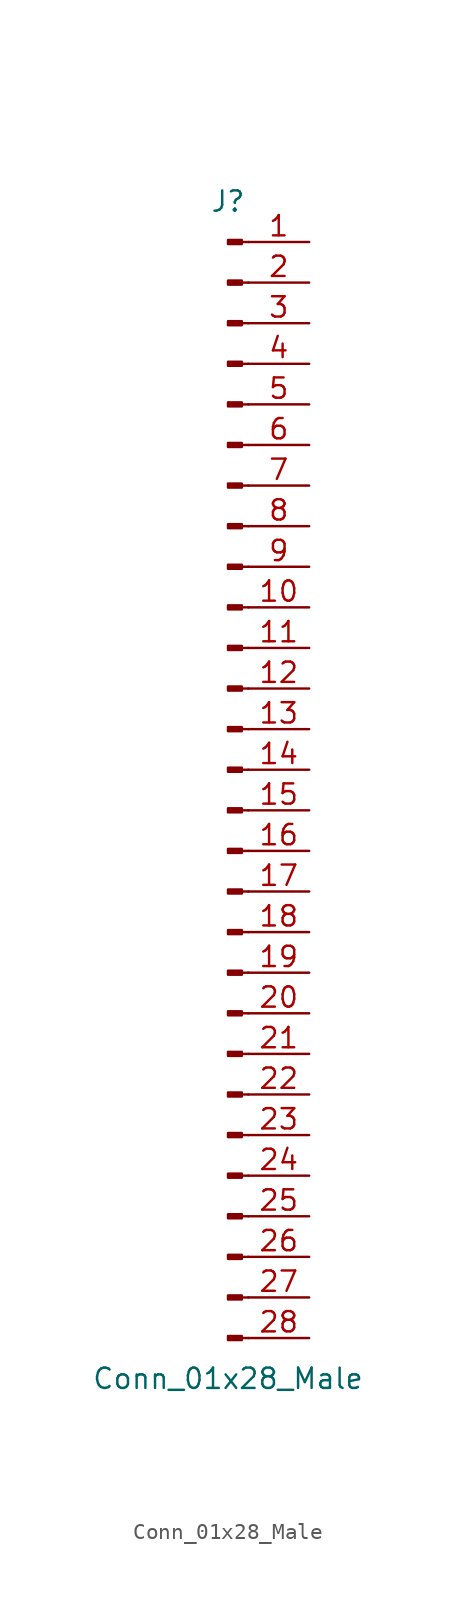
<source format=kicad_sym>
(kicad_symbol_lib
  (version 20220914)
  (generator kicad_symbol_editor)
  (symbol "Conn_01x28_Male"
    (pin_names
      (offset 1.016) hide)
    (property "Reference" "J"
      (at 0 35.56 0)
      (effects (font (size 1.27 1.27))))
    (property "Value" "Conn_01x28_Male"
      (at 0 -38.1 0)
      (effects (font (size 1.27 1.27))))
    (symbol "Conn_01x28_Male_1_1"
      (polyline (pts (xy 1.27 -35.56) (xy 0.864 -35.56)) (stroke (width 0.152) (type default)) (fill (type none)))
      (polyline (pts (xy 1.27 -33.02) (xy 0.864 -33.02)) (stroke (width 0.152) (type default)) (fill (type none)))
      (polyline (pts (xy 1.27 -30.48) (xy 0.864 -30.48)) (stroke (width 0.152) (type default)) (fill (type none)))
      (polyline (pts (xy 1.27 -27.94) (xy 0.864 -27.94)) (stroke (width 0.152) (type default)) (fill (type none)))
      (polyline (pts (xy 1.27 -25.4) (xy 0.864 -25.4)) (stroke (width 0.152) (type default)) (fill (type none)))
      (polyline (pts (xy 1.27 -22.86) (xy 0.864 -22.86)) (stroke (width 0.152) (type default)) (fill (type none)))
      (polyline (pts (xy 1.27 -20.32) (xy 0.864 -20.32)) (stroke (width 0.152) (type default)) (fill (type none)))
      (polyline (pts (xy 1.27 -17.78) (xy 0.864 -17.78)) (stroke (width 0.152) (type default)) (fill (type none)))
      (polyline (pts (xy 1.27 -15.24) (xy 0.864 -15.24)) (stroke (width 0.152) (type default)) (fill (type none)))
      (polyline (pts (xy 1.27 -12.7) (xy 0.864 -12.7)) (stroke (width 0.152) (type default)) (fill (type none)))
      (polyline (pts (xy 1.27 -10.16) (xy 0.864 -10.16)) (stroke (width 0.152) (type default)) (fill (type none)))
      (polyline (pts (xy 1.27 -7.62) (xy 0.864 -7.62)) (stroke (width 0.152) (type default)) (fill (type none)))
      (polyline (pts (xy 1.27 -5.08) (xy 0.864 -5.08)) (stroke (width 0.152) (type default)) (fill (type none)))
      (polyline (pts (xy 1.27 -2.54) (xy 0.864 -2.54)) (stroke (width 0.152) (type default)) (fill (type none)))
      (polyline (pts (xy 1.27 0) (xy 0.864 0)) (stroke (width 0.152) (type default)) (fill (type none)))
      (polyline (pts (xy 1.27 2.54) (xy 0.864 2.54)) (stroke (width 0.152) (type default)) (fill (type none)))
      (polyline (pts (xy 1.27 5.08) (xy 0.864 5.08)) (stroke (width 0.152) (type default)) (fill (type none)))
      (polyline (pts (xy 1.27 7.62) (xy 0.864 7.62)) (stroke (width 0.152) (type default)) (fill (type none)))
      (polyline (pts (xy 1.27 10.16) (xy 0.864 10.16)) (stroke (width 0.152) (type default)) (fill (type none)))
      (polyline (pts (xy 1.27 12.7) (xy 0.864 12.7)) (stroke (width 0.152) (type default)) (fill (type none)))
      (polyline (pts (xy 1.27 15.24) (xy 0.864 15.24)) (stroke (width 0.152) (type default)) (fill (type none)))
      (polyline (pts (xy 1.27 17.78) (xy 0.864 17.78)) (stroke (width 0.152) (type default)) (fill (type none)))
      (polyline (pts (xy 1.27 20.32) (xy 0.864 20.32)) (stroke (width 0.152) (type default)) (fill (type none)))
      (polyline (pts (xy 1.27 22.86) (xy 0.864 22.86)) (stroke (width 0.152) (type default)) (fill (type none)))
      (polyline (pts (xy 1.27 25.4) (xy 0.864 25.4)) (stroke (width 0.152) (type default)) (fill (type none)))
      (polyline (pts (xy 1.27 27.94) (xy 0.864 27.94)) (stroke (width 0.152) (type default)) (fill (type none)))
      (polyline (pts (xy 1.27 30.48) (xy 0.864 30.48)) (stroke (width 0.152) (type default)) (fill (type none)))
      (polyline (pts (xy 1.27 33.02) (xy 0.864 33.02)) (stroke (width 0.152) (type default)) (fill (type none)))
      (rectangle (start 0.864 -35.433) (end 0 -35.687) (stroke (width 0.152) (type default)) (fill (type outline)))
      (rectangle (start 0.864 -32.893) (end 0 -33.147) (stroke (width 0.152) (type default)) (fill (type outline)))
      (rectangle (start 0.864 -30.353) (end 0 -30.607) (stroke (width 0.152) (type default)) (fill (type outline)))
      (rectangle (start 0.864 -27.813) (end 0 -28.067) (stroke (width 0.152) (type default)) (fill (type outline)))
      (rectangle (start 0.864 -25.273) (end 0 -25.527) (stroke (width 0.152) (type default)) (fill (type outline)))
      (rectangle (start 0.864 -22.733) (end 0 -22.987) (stroke (width 0.152) (type default)) (fill (type outline)))
      (rectangle (start 0.864 -20.193) (end 0 -20.447) (stroke (width 0.152) (type default)) (fill (type outline)))
      (rectangle (start 0.864 -17.653) (end 0 -17.907) (stroke (width 0.152) (type default)) (fill (type outline)))
      (rectangle (start 0.864 -15.113) (end 0 -15.367) (stroke (width 0.152) (type default)) (fill (type outline)))
      (rectangle (start 0.864 -12.573) (end 0 -12.827) (stroke (width 0.152) (type default)) (fill (type outline)))
      (rectangle (start 0.864 -10.033) (end 0 -10.287) (stroke (width 0.152) (type default)) (fill (type outline)))
      (rectangle (start 0.864 -7.493) (end 0 -7.747) (stroke (width 0.152) (type default)) (fill (type outline)))
      (rectangle (start 0.864 -4.953) (end 0 -5.207) (stroke (width 0.152) (type default)) (fill (type outline)))
      (rectangle (start 0.864 -2.413) (end 0 -2.667) (stroke (width 0.152) (type default)) (fill (type outline)))
      (rectangle (start 0.864 0.127) (end 0 -0.127) (stroke (width 0.152) (type default)) (fill (type outline)))
      (rectangle (start 0.864 2.667) (end 0 2.413) (stroke (width 0.152) (type default)) (fill (type outline)))
      (rectangle (start 0.864 5.207) (end 0 4.953) (stroke (width 0.152) (type default)) (fill (type outline)))
      (rectangle (start 0.864 7.747) (end 0 7.493) (stroke (width 0.152) (type default)) (fill (type outline)))
      (rectangle (start 0.864 10.287) (end 0 10.033) (stroke (width 0.152) (type default)) (fill (type outline)))
      (rectangle (start 0.864 12.827) (end 0 12.573) (stroke (width 0.152) (type default)) (fill (type outline)))
      (rectangle (start 0.864 15.367) (end 0 15.113) (stroke (width 0.152) (type default)) (fill (type outline)))
      (rectangle (start 0.864 17.907) (end 0 17.653) (stroke (width 0.152) (type default)) (fill (type outline)))
      (rectangle (start 0.864 20.447) (end 0 20.193) (stroke (width 0.152) (type default)) (fill (type outline)))
      (rectangle (start 0.864 22.987) (end 0 22.733) (stroke (width 0.152) (type default)) (fill (type outline)))
      (rectangle (start 0.864 25.527) (end 0 25.273) (stroke (width 0.152) (type default)) (fill (type outline)))
      (rectangle (start 0.864 28.067) (end 0 27.813) (stroke (width 0.152) (type default)) (fill (type outline)))
      (rectangle (start 0.864 30.607) (end 0 30.353) (stroke (width 0.152) (type default)) (fill (type outline)))
      (rectangle (start 0.864 33.147) (end 0 32.893) (stroke (width 0.152) (type default)) (fill (type outline)))
      (pin passive line (at 5.08 33.02 180) (length 3.81) (name "Pin_1" (effects (font (size 1.27 1.27)))) (number "1" (effects (font (size 1.27 1.27)))))
      (pin passive line (at 5.08 10.16 180) (length 3.81) (name "Pin_10" (effects (font (size 1.27 1.27)))) (number "10" (effects (font (size 1.27 1.27)))))
      (pin passive line (at 5.08 7.62 180) (length 3.81) (name "Pin_11" (effects (font (size 1.27 1.27)))) (number "11" (effects (font (size 1.27 1.27)))))
      (pin passive line (at 5.08 5.08 180) (length 3.81) (name "Pin_12" (effects (font (size 1.27 1.27)))) (number "12" (effects (font (size 1.27 1.27)))))
      (pin passive line (at 5.08 2.54 180) (length 3.81) (name "Pin_13" (effects (font (size 1.27 1.27)))) (number "13" (effects (font (size 1.27 1.27)))))
      (pin passive line (at 5.08 0 180) (length 3.81) (name "Pin_14" (effects (font (size 1.27 1.27)))) (number "14" (effects (font (size 1.27 1.27)))))
      (pin passive line (at 5.08 -2.54 180) (length 3.81) (name "Pin_15" (effects (font (size 1.27 1.27)))) (number "15" (effects (font (size 1.27 1.27)))))
      (pin passive line (at 5.08 -5.08 180) (length 3.81) (name "Pin_16" (effects (font (size 1.27 1.27)))) (number "16" (effects (font (size 1.27 1.27)))))
      (pin passive line (at 5.08 -7.62 180) (length 3.81) (name "Pin_17" (effects (font (size 1.27 1.27)))) (number "17" (effects (font (size 1.27 1.27)))))
      (pin passive line (at 5.08 -10.16 180) (length 3.81) (name "Pin_18" (effects (font (size 1.27 1.27)))) (number "18" (effects (font (size 1.27 1.27)))))
      (pin passive line (at 5.08 -12.7 180) (length 3.81) (name "Pin_19" (effects (font (size 1.27 1.27)))) (number "19" (effects (font (size 1.27 1.27)))))
      (pin passive line (at 5.08 30.48 180) (length 3.81) (name "Pin_2" (effects (font (size 1.27 1.27)))) (number "2" (effects (font (size 1.27 1.27)))))
      (pin passive line (at 5.08 -15.24 180) (length 3.81) (name "Pin_20" (effects (font (size 1.27 1.27)))) (number "20" (effects (font (size 1.27 1.27)))))
      (pin passive line (at 5.08 -17.78 180) (length 3.81) (name "Pin_21" (effects (font (size 1.27 1.27)))) (number "21" (effects (font (size 1.27 1.27)))))
      (pin passive line (at 5.08 -20.32 180) (length 3.81) (name "Pin_22" (effects (font (size 1.27 1.27)))) (number "22" (effects (font (size 1.27 1.27)))))
      (pin passive line (at 5.08 -22.86 180) (length 3.81) (name "Pin_23" (effects (font (size 1.27 1.27)))) (number "23" (effects (font (size 1.27 1.27)))))
      (pin passive line (at 5.08 -25.4 180) (length 3.81) (name "Pin_24" (effects (font (size 1.27 1.27)))) (number "24" (effects (font (size 1.27 1.27)))))
      (pin passive line (at 5.08 -27.94 180) (length 3.81) (name "Pin_25" (effects (font (size 1.27 1.27)))) (number "25" (effects (font (size 1.27 1.27)))))
      (pin passive line (at 5.08 -30.48 180) (length 3.81) (name "Pin_26" (effects (font (size 1.27 1.27)))) (number "26" (effects (font (size 1.27 1.27)))))
      (pin passive line (at 5.08 -33.02 180) (length 3.81) (name "Pin_27" (effects (font (size 1.27 1.27)))) (number "27" (effects (font (size 1.27 1.27)))))
      (pin passive line (at 5.08 -35.56 180) (length 3.81) (name "Pin_28" (effects (font (size 1.27 1.27)))) (number "28" (effects (font (size 1.27 1.27)))))
      (pin passive line (at 5.08 27.94 180) (length 3.81) (name "Pin_3" (effects (font (size 1.27 1.27)))) (number "3" (effects (font (size 1.27 1.27)))))
      (pin passive line (at 5.08 25.4 180) (length 3.81) (name "Pin_4" (effects (font (size 1.27 1.27)))) (number "4" (effects (font (size 1.27 1.27)))))
      (pin passive line (at 5.08 22.86 180) (length 3.81) (name "Pin_5" (effects (font (size 1.27 1.27)))) (number "5" (effects (font (size 1.27 1.27)))))
      (pin passive line (at 5.08 20.32 180) (length 3.81) (name "Pin_6" (effects (font (size 1.27 1.27)))) (number "6" (effects (font (size 1.27 1.27)))))
      (pin passive line (at 5.08 17.78 180) (length 3.81) (name "Pin_7" (effects (font (size 1.27 1.27)))) (number "7" (effects (font (size 1.27 1.27)))))
      (pin passive line (at 5.08 15.24 180) (length 3.81) (name "Pin_8" (effects (font (size 1.27 1.27)))) (number "8" (effects (font (size 1.27 1.27)))))
      (pin passive line (at 5.08 12.7 180) (length 3.81) (name "Pin_9" (effects (font (size 1.27 1.27)))) (number "9" (effects (font (size 1.27 1.27))))))))
</source>
